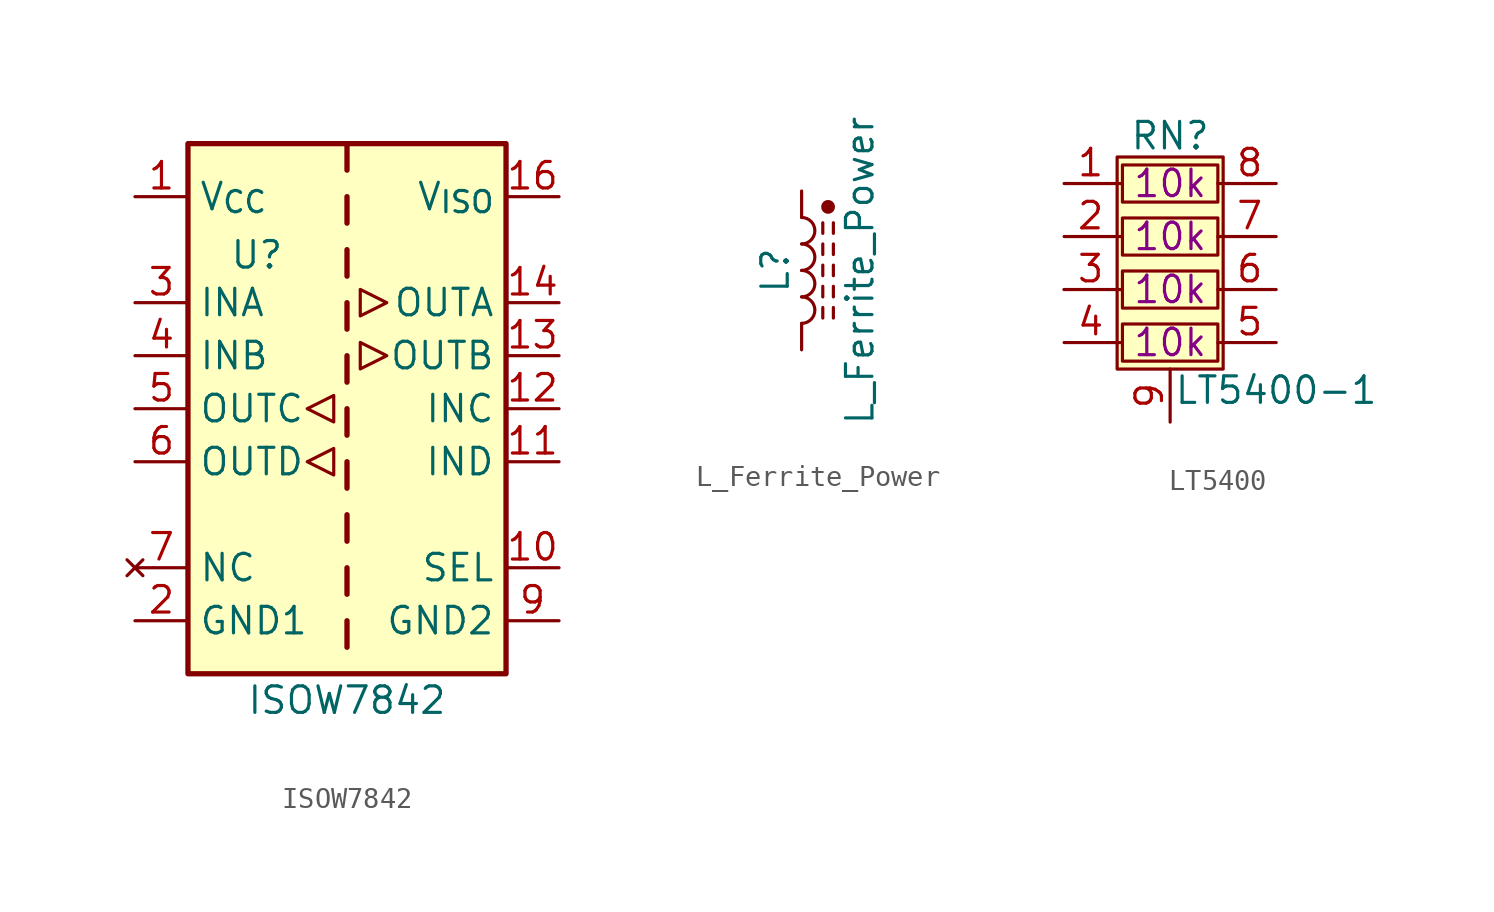
<source format=kicad_sym>
(kicad_symbol_lib
  (version 20241209)
  (generator "kicad_symbol_editor")
  (generator_version "9.0")
  (symbol "ISOW7842"
    (property "Reference" "U"
      (at -4.318 7.366 0)
      (effects (font (size 1.27 1.27))))
    (property "Value" "ISOW7842"
      (at 0 -13.97 0)
      (effects (font (size 1.27 1.27))))
    (symbol "ISOW7842_0_1"
      (polyline (pts (xy -1.905 0) (xy -0.635 -0.635) (xy -0.635 0.635) (xy -1.905 0)) (stroke (width 0) (type default)) (fill (type none)))
      (polyline (pts (xy -1.905 -2.54) (xy -0.635 -1.905) (xy -0.635 -3.175) (xy -1.905 -2.54)) (stroke (width 0) (type default)) (fill (type none)))
      (polyline (pts (xy 0.635 5.715) (xy 0.635 4.445) (xy 1.905 5.08) (xy 0.635 5.715)) (stroke (width 0) (type default)) (fill (type none)))
      (polyline (pts (xy 0.635 3.175) (xy 0.635 1.905) (xy 1.905 2.54) (xy 0.635 3.175)) (stroke (width 0) (type default)) (fill (type none))))
    (symbol "ISOW7842_1_1"
      (rectangle (start -7.62 12.7) (end 7.62 -12.7) (stroke (width 0.254) (type default)) (fill (type background)))
      (polyline (pts (xy 0 12.7) (xy 0 11.43)) (stroke (width 0.254) (type default)) (fill (type none)))
      (polyline (pts (xy 0 10.16) (xy 0 8.89)) (stroke (width 0.254) (type default)) (fill (type none)))
      (polyline (pts (xy 0 7.62) (xy 0 6.35)) (stroke (width 0.254) (type default)) (fill (type none)))
      (polyline (pts (xy 0 5.08) (xy 0 3.81)) (stroke (width 0.254) (type default)) (fill (type none)))
      (polyline (pts (xy 0 2.54) (xy 0 1.27)) (stroke (width 0.254) (type default)) (fill (type none)))
      (polyline (pts (xy 0 0) (xy 0 -1.27)) (stroke (width 0.254) (type default)) (fill (type none)))
      (polyline (pts (xy 0 -2.54) (xy 0 -3.81)) (stroke (width 0.254) (type default)) (fill (type none)))
      (polyline (pts (xy 0 -5.08) (xy 0 -6.35)) (stroke (width 0.254) (type default)) (fill (type none)))
      (polyline (pts (xy 0 -7.62) (xy 0 -8.89)) (stroke (width 0.254) (type default)) (fill (type none)))
      (polyline (pts (xy 0 -10.16) (xy 0 -11.43)) (stroke (width 0.254) (type default)) (fill (type none)))
      (pin power_in line (at -10.16 10.16 0) (length 2.54) (name "V_{CC}" (effects (font (size 1.27 1.27)))) (number "1" (effects (font (size 1.27 1.27)))))
      (pin input line (at -10.16 5.08 0) (length 2.54) (name "INA" (effects (font (size 1.27 1.27)))) (number "3" (effects (font (size 1.27 1.27)))))
      (pin input line (at -10.16 2.54 0) (length 2.54) (name "INB" (effects (font (size 1.27 1.27)))) (number "4" (effects (font (size 1.27 1.27)))))
      (pin output line (at -10.16 0 0) (length 2.54) (name "OUTC" (effects (font (size 1.27 1.27)))) (number "5" (effects (font (size 1.27 1.27)))))
      (pin output line (at -10.16 -2.54 0) (length 2.54) (name "OUTD" (effects (font (size 1.27 1.27)))) (number "6" (effects (font (size 1.27 1.27)))))
      (pin no_connect line (at -10.16 -7.62 0) (length 2.54) (name "NC" (effects (font (size 1.27 1.27)))) (number "7" (effects (font (size 1.27 1.27)))))
      (pin power_in line (at -10.16 -10.16 0) (length 2.54) (name "GND1" (effects (font (size 1.27 1.27)))) (number "2" (effects (font (size 1.27 1.27)))))
      (pin passive line (at -10.16 -10.16 0) (length 2.54) (hide yes) (name "GND1" (effects (font (size 1.27 1.27)))) (number "8" (effects (font (size 1.27 1.27)))))
      (pin power_out line (at 10.16 10.16 180) (length 2.54) (name "V_{ISO}" (effects (font (size 1.27 1.27)))) (number "16" (effects (font (size 1.27 1.27)))))
      (pin output line (at 10.16 5.08 180) (length 2.54) (name "OUTA" (effects (font (size 1.27 1.27)))) (number "14" (effects (font (size 1.27 1.27)))))
      (pin output line (at 10.16 2.54 180) (length 2.54) (name "OUTB" (effects (font (size 1.27 1.27)))) (number "13" (effects (font (size 1.27 1.27)))))
      (pin input line (at 10.16 0 180) (length 2.54) (name "INC" (effects (font (size 1.27 1.27)))) (number "12" (effects (font (size 1.27 1.27)))))
      (pin input line (at 10.16 -2.54 180) (length 2.54) (name "IND" (effects (font (size 1.27 1.27)))) (number "11" (effects (font (size 1.27 1.27)))))
      (pin input line (at 10.16 -7.62 180) (length 2.54) (name "SEL" (effects (font (size 1.27 1.27)))) (number "10" (effects (font (size 1.27 1.27)))))
      (pin passive line (at 10.16 -10.16 180) (length 2.54) (hide yes) (name "GND2" (effects (font (size 1.27 1.27)))) (number "15" (effects (font (size 1.27 1.27)))))
      (pin power_out line (at 10.16 -10.16 180) (length 2.54) (name "GND2" (effects (font (size 1.27 1.27)))) (number "9" (effects (font (size 1.27 1.27)))))))
  (symbol "L_Ferrite_Power"
    (pin_numbers
      (hide yes))
    (pin_names
      (offset 1.016)
      (hide yes))
    (property "Reference" "L"
      (at -1.27 0 90)
      (effects (font (size 1.27 1.27))))
    (property "Value" "L_Ferrite_Power"
      (at 2.794 0 90)
      (effects (font (size 1.27 1.27))))
    (symbol "L_Ferrite_Power_0_1"
      (arc (start 0 2.54) (mid 0.6323 1.905) (end 0 1.27) (stroke (width 0) (type default)) (fill (type none)))
      (arc (start 0 1.27) (mid 0.6323 0.635) (end 0 0) (stroke (width 0) (type default)) (fill (type none)))
      (arc (start 0 0) (mid 0.6323 -0.635) (end 0 -1.27) (stroke (width 0) (type default)) (fill (type none)))
      (arc (start 0 -1.27) (mid 0.6323 -1.905) (end 0 -2.54) (stroke (width 0) (type default)) (fill (type none)))
      (polyline (pts (xy 1.016 1.778) (xy 1.016 2.286)) (stroke (width 0) (type default)) (fill (type none)))
      (polyline (pts (xy 1.016 0.762) (xy 1.016 1.27)) (stroke (width 0) (type default)) (fill (type none)))
      (polyline (pts (xy 1.016 -0.254) (xy 1.016 0.254)) (stroke (width 0) (type default)) (fill (type none)))
      (polyline (pts (xy 1.016 -1.27) (xy 1.016 -0.762)) (stroke (width 0) (type default)) (fill (type none)))
      (polyline (pts (xy 1.016 -2.286) (xy 1.016 -1.778)) (stroke (width 0) (type default)) (fill (type none)))
      (circle (center 1.27 3.048) (radius 0.254) (stroke (width 0) (type default)) (fill (type outline)))
      (polyline (pts (xy 1.524 2.286) (xy 1.524 1.778)) (stroke (width 0) (type default)) (fill (type none)))
      (polyline (pts (xy 1.524 1.27) (xy 1.524 0.762)) (stroke (width 0) (type default)) (fill (type none)))
      (polyline (pts (xy 1.524 0.254) (xy 1.524 -0.254)) (stroke (width 0) (type default)) (fill (type none)))
      (polyline (pts (xy 1.524 -0.762) (xy 1.524 -1.27)) (stroke (width 0) (type default)) (fill (type none)))
      (polyline (pts (xy 1.524 -1.778) (xy 1.524 -2.286)) (stroke (width 0) (type default)) (fill (type none))))
    (symbol "L_Ferrite_Power_1_1"
      (pin power_in line (at 0 3.81 270) (length 1.27) (name "1" (effects (font (size 1.27 1.27)))) (number "1" (effects (font (size 1.27 1.27)))))
      (pin power_out line (at 0 -3.81 90) (length 1.27) (name "2" (effects (font (size 1.27 1.27)))) (number "2" (effects (font (size 1.27 1.27)))))))
  (symbol "LT5400"
    (property "Reference" "RN"
      (at 0 7.366 0)
      (effects (font (size 1.27 1.27))))
    (property "Value" "LT5400-1"
      (at 5.08 -4.826 0)
      (effects (font (size 1.27 1.27))))
    (property "R1" "10k"
      (at 0 5.08 0)
      (effects (font (size 1.27 1.27))))
    (property "R2" "10k"
      (at 0 2.54 0)
      (effects (font (size 1.27 1.27))))
    (property "R3" "10k"
      (at 0 0 0)
      (effects (font (size 1.27 1.27))))
    (property "R4" "10k"
      (at 0 -2.54 0)
      (effects (font (size 1.27 1.27))))
    (symbol "LT5400_0_1"
      (polyline (pts (xy -2.54 5.08) (xy -2.286 5.08)) (stroke (width 0) (type default)) (fill (type none)))
      (polyline (pts (xy -2.54 2.54) (xy -2.286 2.54)) (stroke (width 0) (type default)) (fill (type none)))
      (polyline (pts (xy -2.54 0) (xy -2.286 0)) (stroke (width 0) (type default)) (fill (type none)))
      (polyline (pts (xy -2.54 -2.54) (xy -2.286 -2.54)) (stroke (width 0) (type default)) (fill (type none)))
      (rectangle (start -2.286 5.969) (end 2.286 4.191) (stroke (width 0) (type default)) (fill (type none)))
      (rectangle (start -2.286 3.429) (end 2.286 1.651) (stroke (width 0) (type default)) (fill (type none)))
      (rectangle (start -2.286 0.889) (end 2.286 -0.889) (stroke (width 0) (type default)) (fill (type none)))
      (rectangle (start -2.286 -1.651) (end 2.286 -3.429) (stroke (width 0) (type default)) (fill (type none)))
      (polyline (pts (xy 2.286 5.08) (xy 2.54 5.08)) (stroke (width 0) (type default)) (fill (type none)))
      (polyline (pts (xy 2.286 2.54) (xy 2.54 2.54)) (stroke (width 0) (type default)) (fill (type none)))
      (polyline (pts (xy 2.286 0) (xy 2.54 0)) (stroke (width 0) (type default)) (fill (type none)))
      (polyline (pts (xy 2.286 -2.54) (xy 2.54 -2.54)) (stroke (width 0) (type default)) (fill (type none))))
    (symbol "LT5400_1_1"
      (polyline (pts (xy -5.08 0) (xy -5.08 0)) (stroke (width 0) (type default)) (fill (type none)))
      (rectangle (start -2.54 6.35) (end 2.54 -3.81) (stroke (width 0) (type default)) (fill (type background)))
      (pin passive line (at -5.08 5.08 0) (length 2.54) (name "~" (effects (font (size 1.27 1.27)))) (number "1" (effects (font (size 1.27 1.27)))))
      (pin passive line (at -5.08 2.54 0) (length 2.54) (name "~" (effects (font (size 1.27 1.27)))) (number "2" (effects (font (size 1.27 1.27)))))
      (pin passive line (at -5.08 0 0) (length 2.54) (name "~" (effects (font (size 1.27 1.27)))) (number "3" (effects (font (size 1.27 1.27)))))
      (pin passive line (at -5.08 -2.54 0) (length 2.54) (name "~" (effects (font (size 1.27 1.27)))) (number "4" (effects (font (size 1.27 1.27)))))
      (pin passive line (at 0 -6.35 90) (length 2.54) (name "~" (effects (font (size 1.27 1.27)))) (number "9" (effects (font (size 1.27 1.27)))))
      (pin passive line (at 5.08 5.08 180) (length 2.54) (name "~" (effects (font (size 1.27 1.27)))) (number "8" (effects (font (size 1.27 1.27)))))
      (pin passive line (at 5.08 2.54 180) (length 2.54) (name "~" (effects (font (size 1.27 1.27)))) (number "7" (effects (font (size 1.27 1.27)))))
      (pin passive line (at 5.08 0 180) (length 2.54) (name "~" (effects (font (size 1.27 1.27)))) (number "6" (effects (font (size 1.27 1.27)))))
      (pin passive line (at 5.08 -2.54 180) (length 2.54) (name "~" (effects (font (size 1.27 1.27)))) (number "5" (effects (font (size 1.27 1.27))))))))
</source>
